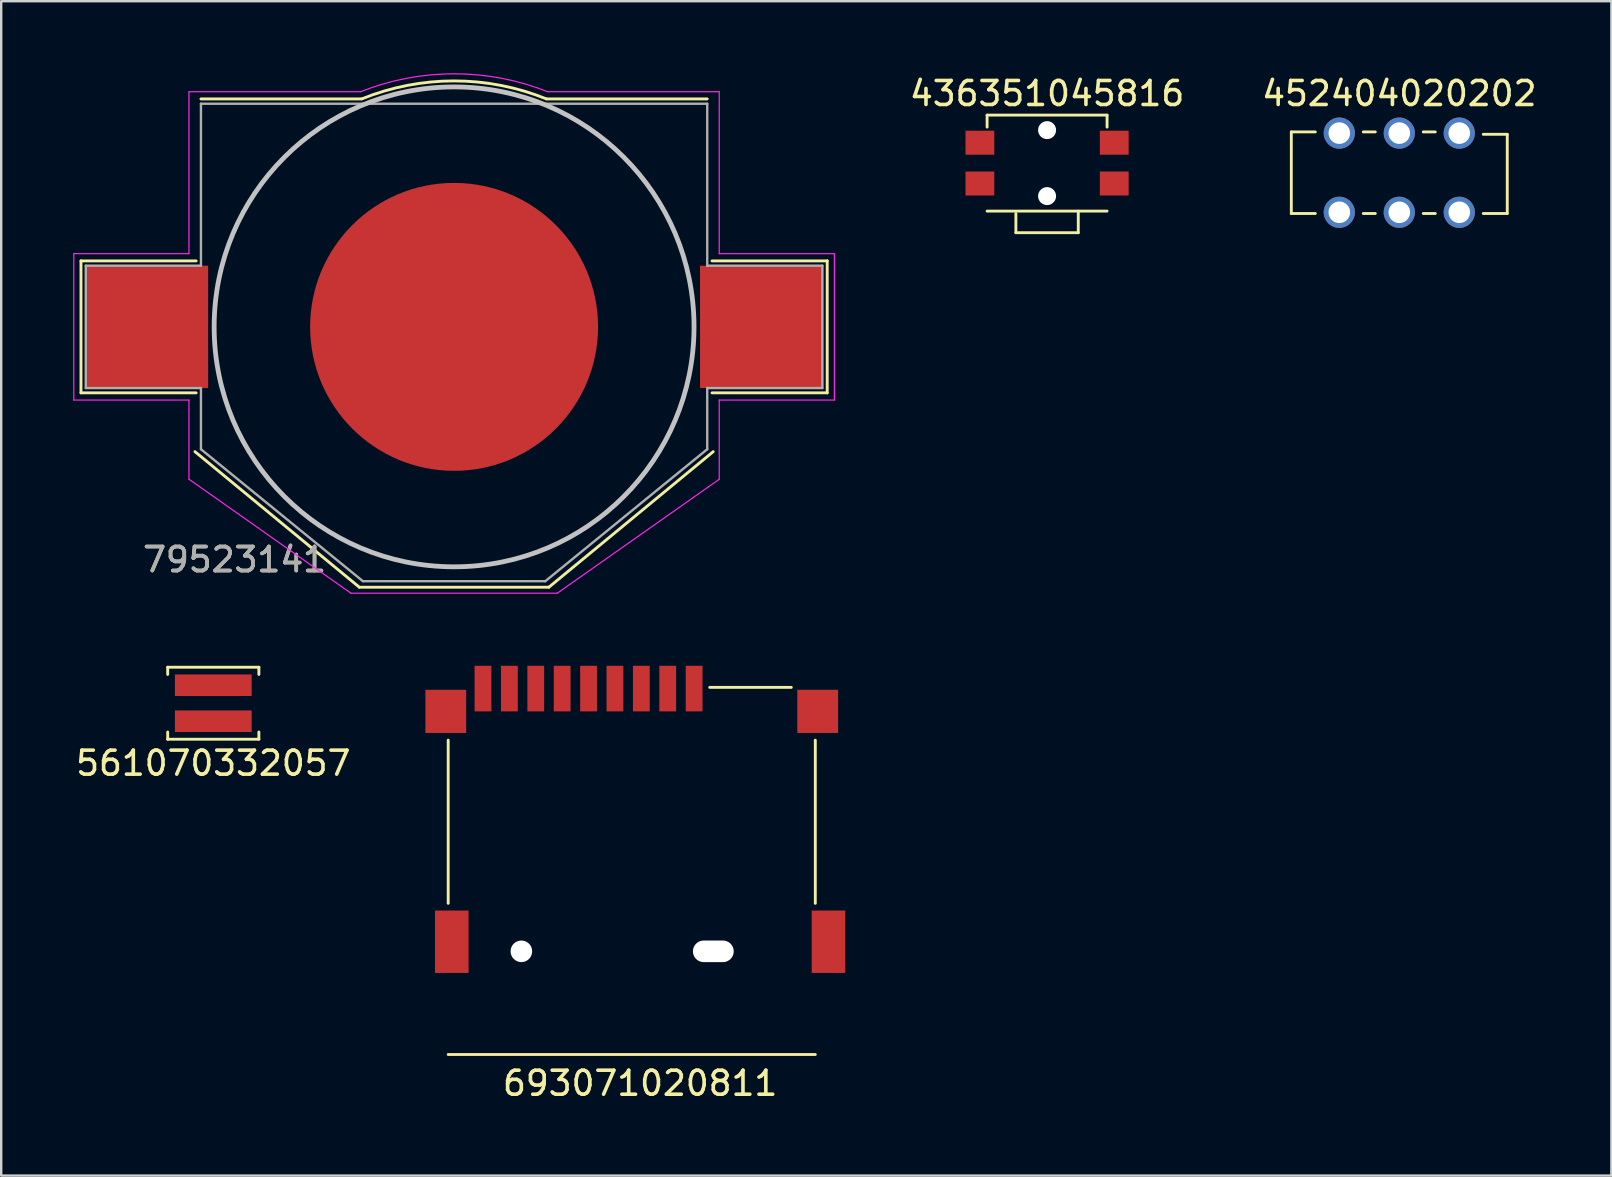
<source format=kicad_pcb>
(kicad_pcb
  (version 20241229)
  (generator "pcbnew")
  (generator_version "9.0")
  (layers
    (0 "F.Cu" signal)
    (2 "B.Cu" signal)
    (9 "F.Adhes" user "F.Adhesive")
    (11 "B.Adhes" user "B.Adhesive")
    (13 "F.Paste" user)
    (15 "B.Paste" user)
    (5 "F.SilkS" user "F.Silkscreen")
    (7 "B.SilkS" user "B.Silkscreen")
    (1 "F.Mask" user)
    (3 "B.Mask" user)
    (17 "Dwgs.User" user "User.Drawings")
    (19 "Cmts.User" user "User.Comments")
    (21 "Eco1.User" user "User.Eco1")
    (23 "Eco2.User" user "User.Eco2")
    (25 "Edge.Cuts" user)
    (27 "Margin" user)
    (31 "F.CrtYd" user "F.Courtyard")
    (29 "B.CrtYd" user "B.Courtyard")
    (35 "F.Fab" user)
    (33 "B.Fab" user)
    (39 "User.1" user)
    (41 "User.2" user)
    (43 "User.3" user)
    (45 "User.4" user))
  (footprint "693071020811"
    (layer "F.Cu")
    (at 23.629 36.598)
    (property "Reference" "693071020811" (at 0 5.5 0) (layer "F.SilkS") (effects (font (size 1 1) (thickness 0.15))))
    (attr through_hole)
    (fp_line (start -8 -2) (end -8 -8.8) (stroke (width 0.12) (type solid)) (layer "F.SilkS"))
    (fp_line (start -8 4.3) (end 7.3 4.3) (stroke (width 0.12) (type solid)) (layer "F.SilkS"))
    (fp_line (start 6.3 -11) (end 2.9 -11) (stroke (width 0.12) (type solid)) (layer "F.SilkS"))
    (fp_line (start 7.3 -2) (end 7.3 -8.8) (stroke (width 0.12) (type solid)) (layer "F.SilkS"))
    (pad "" np_thru_hole circle (at -4.95 0) (size 0.9 0.9) (drill 0.9) (layers "*.Cu" "*.Mask"))
    (pad "" np_thru_hole oval (at 3.05 0) (size 1.7 0.9) (drill oval 1.7 0.9) (layers "*.Cu" "*.Mask"))
    (pad "1" smd rect (at 2.25 -10.95) (size 0.7 1.9) (layers "F.Cu" "F.Mask" "F.Paste"))
    (pad "2" smd rect (at 1.15 -10.95) (size 0.7 1.9) (layers "F.Cu" "F.Mask" "F.Paste"))
    (pad "3" smd rect (at 0.05 -10.95) (size 0.7 1.9) (layers "F.Cu" "F.Mask" "F.Paste"))
    (pad "4" smd rect (at -1.05 -10.95) (size 0.7 1.9) (layers "F.Cu" "F.Mask" "F.Paste"))
    (pad "5" smd rect (at -2.15 -10.95) (size 0.7 1.9) (layers "F.Cu" "F.Mask" "F.Paste"))
    (pad "6" smd rect (at -3.25 -10.95) (size 0.7 1.9) (layers "F.Cu" "F.Mask" "F.Paste"))
    (pad "7" smd rect (at -4.35 -10.95) (size 0.7 1.9) (layers "F.Cu" "F.Mask" "F.Paste"))
    (pad "8" smd rect (at -5.45 -10.95) (size 0.7 1.9) (layers "F.Cu" "F.Mask" "F.Paste"))
    (pad "9" smd rect (at -6.55 -10.95) (size 0.7 1.9) (layers "F.Cu" "F.Mask" "F.Paste"))
    (pad "10" smd rect (at -8.1 -10) (size 1.7 1.8) (layers "F.Cu" "F.Mask" "F.Paste"))
    (pad "11" smd rect (at -7.85 -0.4) (size 1.4 2.6) (layers "F.Cu" "F.Mask" "F.Paste"))
    (pad "11" smd rect (at 7.4 -10) (size 1.7 1.8) (layers "F.Cu" "F.Mask" "F.Paste"))
    (pad "11" smd rect (at 7.85 -0.4) (size 1.4 2.6) (layers "F.Cu" "F.Mask" "F.Paste")))
  (footprint "561070332057"
    (layer "F.Cu")
    (at 5.839 26.258)
    (property "Reference" "561070332057" (at 0 2.5 0) (layer "F.SilkS") (effects (font (size 1 1) (thickness 0.15))))
    (attr through_hole)
    (fp_line (start -1.9 -1.5) (end -1.9 -1.2) (stroke (width 0.12) (type solid)) (layer "F.SilkS"))
    (fp_line (start -1.9 1.5) (end -1.9 1.2) (stroke (width 0.12) (type solid)) (layer "F.SilkS"))
    (fp_line (start -1.9 1.5) (end 1.9 1.5) (stroke (width 0.12) (type solid)) (layer "F.SilkS"))
    (fp_line (start 1.9 -1.5) (end -1.9 -1.5) (stroke (width 0.12) (type solid)) (layer "F.SilkS"))
    (fp_line (start 1.9 -1.5) (end 1.9 -1.2) (stroke (width 0.12) (type solid)) (layer "F.SilkS"))
    (fp_line (start 1.9 1.5) (end 1.9 1.2) (stroke (width 0.12) (type solid)) (layer "F.SilkS"))
    (pad "1" smd rect (at 0 -0.75) (size 3.2 0.9) (layers "F.Cu" "F.Mask" "F.Paste"))
    (pad "2" smd rect (at 0 0.75) (size 3.2 0.9) (layers "F.Cu" "F.Mask" "F.Paste")))
  (footprint "79523141"
    (layer "F.Cu")
    (at 15.875 10.573)
    (property "Reference" "79523141" (at -9.15 9.7 0) (layer "F.SilkS") (effects (font (size 1 1) (thickness 0.15))))
    (attr smd)
    (fp_line (start -15.55 -2.75) (end -15.55 2.75) (stroke (width 0.12) (type solid)) (layer "F.SilkS"))
    (fp_line (start -15.55 2.75) (end -10.75 2.75) (stroke (width 0.12) (type solid)) (layer "F.SilkS"))
    (fp_line (start -10.8 5.2) (end -3.95 10.85) (stroke (width 0.12) (type solid)) (layer "F.SilkS"))
    (fp_line (start -10.75 -2.75) (end -15.55 -2.75) (stroke (width 0.12) (type solid)) (layer "F.SilkS"))
    (fp_line (start -10.55 -9.5) (end -3.85 -9.5) (stroke (width 0.12) (type solid)) (layer "F.SilkS"))
    (fp_line (start -3.95 10.85) (end 3.95 10.85) (stroke (width 0.12) (type solid)) (layer "F.SilkS"))
    (fp_line (start 3.95 10.85) (end 10.8 5.2) (stroke (width 0.12) (type solid)) (layer "F.SilkS"))
    (fp_line (start 10.55 -9.5) (end 3.85 -9.5) (stroke (width 0.12) (type solid)) (layer "F.SilkS"))
    (fp_line (start 10.75 2.75) (end 15.55 2.75) (stroke (width 0.12) (type solid)) (layer "F.SilkS"))
    (fp_line (start 15.55 -2.75) (end 10.75 -2.75) (stroke (width 0.12) (type solid)) (layer "F.SilkS"))
    (fp_line (start 15.55 2.75) (end 15.55 -2.75) (stroke (width 0.12) (type solid)) (layer "F.SilkS"))
    (fp_arc (start -3.846385 -9.501464) (mid 0.00195 -10.250487) (end 3.85 -9.5) (stroke (width 0.12) (type solid)) (layer "F.SilkS"))
    (fp_circle (center 0 0) (end 10 0) (stroke (width 0.2) (type solid)) (fill no) (layer "Dwgs.User"))
    (fp_line (start -15.85 -3.05) (end -11.05 -3.05) (stroke (width 0.05) (type solid)) (layer "F.CrtYd"))
    (fp_line (start -15.85 3.05) (end -15.85 -3.05) (stroke (width 0.05) (type solid)) (layer "F.CrtYd"))
    (fp_line (start -11.05 -9.8) (end -3.9 -9.8) (stroke (width 0.05) (type solid)) (layer "F.CrtYd"))
    (fp_line (start -11.05 -3.05) (end -11.05 -9.8) (stroke (width 0.05) (type solid)) (layer "F.CrtYd"))
    (fp_line (start -11.05 3.05) (end -15.85 3.05) (stroke (width 0.05) (type solid)) (layer "F.CrtYd"))
    (fp_line (start -11.05 6.35) (end -11.05 3.05) (stroke (width 0.05) (type solid)) (layer "F.CrtYd"))
    (fp_line (start -4.3 11.1) (end -11.05 6.35) (stroke (width 0.05) (type solid)) (layer "F.CrtYd"))
    (fp_line (start 4.3 11.1) (end -4.3 11.1) (stroke (width 0.05) (type solid)) (layer "F.CrtYd"))
    (fp_line (start 11.05 -9.8) (end 3.9 -9.8) (stroke (width 0.05) (type solid)) (layer "F.CrtYd"))
    (fp_line (start 11.05 -9.8) (end 11.05 -3.05) (stroke (width 0.05) (type solid)) (layer "F.CrtYd"))
    (fp_line (start 11.05 -3.05) (end 15.85 -3.05) (stroke (width 0.05) (type solid)) (layer "F.CrtYd"))
    (fp_line (start 11.05 3.05) (end 11.05 6.35) (stroke (width 0.05) (type solid)) (layer "F.CrtYd"))
    (fp_line (start 11.05 6.35) (end 4.3 11.1) (stroke (width 0.05) (type solid)) (layer "F.CrtYd"))
    (fp_line (start 15.85 -3.05) (end 15.85 3.05) (stroke (width 0.05) (type solid)) (layer "F.CrtYd"))
    (fp_line (start 15.85 3.05) (end 11.05 3.05) (stroke (width 0.05) (type solid)) (layer "F.CrtYd"))
    (fp_arc (start -3.9 -9.8) (mid 0 -10.547512) (end 3.9 -9.8) (stroke (width 0.05) (type solid)) (layer "F.CrtYd"))
    (fp_line (start -15.35 -2.55) (end -15.35 2.55) (stroke (width 0.1) (type solid)) (layer "F.Fab"))
    (fp_line (start -15.35 -2.55) (end -10.55 -2.55) (stroke (width 0.1) (type solid)) (layer "F.Fab"))
    (fp_line (start -15.35 2.55) (end -10.55 2.55) (stroke (width 0.1) (type solid)) (layer "F.Fab"))
    (fp_line (start -10.55 -2.55) (end -10.55 -9.3) (stroke (width 0.1) (type solid)) (layer "F.Fab"))
    (fp_line (start -10.55 2.55) (end -10.55 5.1) (stroke (width 0.1) (type solid)) (layer "F.Fab"))
    (fp_line (start -10.55 5.1) (end -3.8 10.6) (stroke (width 0.1) (type solid)) (layer "F.Fab"))
    (fp_line (start -3.8 10.6) (end 3.8 10.6) (stroke (width 0.1) (type solid)) (layer "F.Fab"))
    (fp_line (start 10.55 -9.3) (end -10.55 -9.3) (stroke (width 0.1) (type solid)) (layer "F.Fab"))
    (fp_line (start 10.55 -2.55) (end 10.55 -9.3) (stroke (width 0.1) (type solid)) (layer "F.Fab"))
    (fp_line (start 10.55 2.55) (end 10.55 5.1) (stroke (width 0.1) (type solid)) (layer "F.Fab"))
    (fp_line (start 10.55 2.55) (end 15.35 2.55) (stroke (width 0.1) (type solid)) (layer "F.Fab"))
    (fp_line (start 10.55 5.1) (end 3.8 10.6) (stroke (width 0.1) (type solid)) (layer "F.Fab"))
    (fp_line (start 15.35 -2.55) (end 10.55 -2.55) (stroke (width 0.1) (type solid)) (layer "F.Fab"))
    (fp_line (start 15.35 2.55) (end 15.35 -2.55) (stroke (width 0.1) (type solid)) (layer "F.Fab"))
    (fp_text user "${REFERENCE}" (at -9.15 9.7 0) (layer "F.Fab") (effects (font (size 1 1) (thickness 0.15))))
    (pad "1" smd rect (at -12.8 0) (size 5.1 5.1) (layers "F.Cu" "F.Mask" "F.Paste"))
    (pad "1" smd rect (at 12.8 0) (size 5.1 5.1) (layers "F.Cu" "F.Mask" "F.Paste"))
    (pad "2" smd circle (at 0 0) (size 12 12) (layers "F.Cu" "F.Mask")))
  (footprint "436351045816"
    (layer "F.Cu")
    (at 40.589 3.748)
    (property "Reference" "436351045816" (at 0 -2.9 0) (layer "F.SilkS") (effects (font (size 1 1) (thickness 0.15))))
    (attr through_hole)
    (fp_line (start -2.5 -2) (end 2.5 -2) (stroke (width 0.12) (type solid)) (layer "F.SilkS"))
    (fp_line (start -2.5 -1.5) (end -2.5 -2) (stroke (width 0.12) (type solid)) (layer "F.SilkS"))
    (fp_line (start -2.5 2) (end 2.5 2) (stroke (width 0.12) (type solid)) (layer "F.SilkS"))
    (fp_line (start -1.3 2.1) (end -1.3 2.9) (stroke (width 0.12) (type solid)) (layer "F.SilkS"))
    (fp_line (start -1.3 2.9) (end 1.3 2.9) (stroke (width 0.12) (type solid)) (layer "F.SilkS"))
    (fp_line (start 1.3 2.9) (end 1.3 2) (stroke (width 0.12) (type solid)) (layer "F.SilkS"))
    (fp_line (start 2.5 -2) (end 2.5 -1.5) (stroke (width 0.12) (type solid)) (layer "F.SilkS"))
    (pad "" np_thru_hole circle (at 0 -1.375 90) (size 0.75 0.75) (drill 0.75) (layers "*.Cu" "*.Mask"))
    (pad "" np_thru_hole circle (at 0 1.375) (size 0.75 0.75) (drill 0.75) (layers "*.Cu" "*.Mask"))
    (pad "1" smd rect (at 2.8 -0.85) (size 1.2 1) (layers "F.Cu" "F.Mask" "F.Paste"))
    (pad "2" smd rect (at 2.8 0.85) (size 1.2 1) (layers "F.Cu" "F.Mask" "F.Paste"))
    (pad "3" smd rect (at -2.8 0.85) (size 1.2 1) (layers "F.Cu" "F.Mask" "F.Paste"))
    (pad "4" smd rect (at -2.8 -0.85) (size 1.2 1) (layers "F.Cu" "F.Mask" "F.Paste")))
  (footprint "452404020202"
    (layer "F.Cu")
    (at 55.268 4.148)
    (property "Reference" "452404020202" (at 0 -3.3 0) (layer "F.SilkS") (effects (font (size 1 1) (thickness 0.15))))
    (attr through_hole)
    (fp_line (start -4.5 -1.7) (end -3.5 -1.7) (stroke (width 0.12) (type solid)) (layer "F.SilkS"))
    (fp_line (start -4.5 1.7) (end -4.5 -1.7) (stroke (width 0.12) (type solid)) (layer "F.SilkS"))
    (fp_line (start -3.5 1.7) (end -4.5 1.7) (stroke (width 0.12) (type solid)) (layer "F.SilkS"))
    (fp_line (start -1.5 -1.7) (end -1 -1.7) (stroke (width 0.12) (type solid)) (layer "F.SilkS"))
    (fp_line (start -1 1.7) (end -1.5 1.7) (stroke (width 0.12) (type solid)) (layer "F.SilkS"))
    (fp_line (start 1 -1.7) (end 1.5 -1.7) (stroke (width 0.12) (type solid)) (layer "F.SilkS"))
    (fp_line (start 1.5 1.7) (end 1 1.7) (stroke (width 0.12) (type solid)) (layer "F.SilkS"))
    (fp_line (start 3.5 -1.6) (end 4.5 -1.6) (stroke (width 0.12) (type solid)) (layer "F.SilkS"))
    (fp_line (start 4.5 -1.6) (end 4.5 1.7) (stroke (width 0.12) (type solid)) (layer "F.SilkS"))
    (fp_line (start 4.5 1.7) (end 3.5 1.7) (stroke (width 0.12) (type solid)) (layer "F.SilkS"))
    (pad "1" thru_hole circle (at 2.5 -1.65) (size 1.3 1.3) (drill 0.9) (layers "*.Cu" "*.Mask"))
    (pad "2" thru_hole circle (at 0 -1.65) (size 1.3 1.3) (drill 0.9) (layers "*.Cu" "*.Mask"))
    (pad "3" thru_hole circle (at -2.5 -1.65) (size 1.3 1.3) (drill 0.9) (layers "*.Cu" "*.Mask"))
    (pad "4" thru_hole circle (at 2.5 1.65) (size 1.3 1.3) (drill 0.9) (layers "*.Cu" "*.Mask"))
    (pad "5" thru_hole circle (at 0 1.65) (size 1.3 1.3) (drill 0.9) (layers "*.Cu" "*.Mask"))
    (pad "6" thru_hole circle (at -2.5 1.65) (size 1.3 1.3) (drill 0.9) (layers "*.Cu" "*.Mask")))
  (gr_rect
    (start -3 -3)
    (end 64.107 45.946)
    (stroke (width 0.1) (type default))
    (fill no)
    (layer "Edge.Cuts")))
</source>
